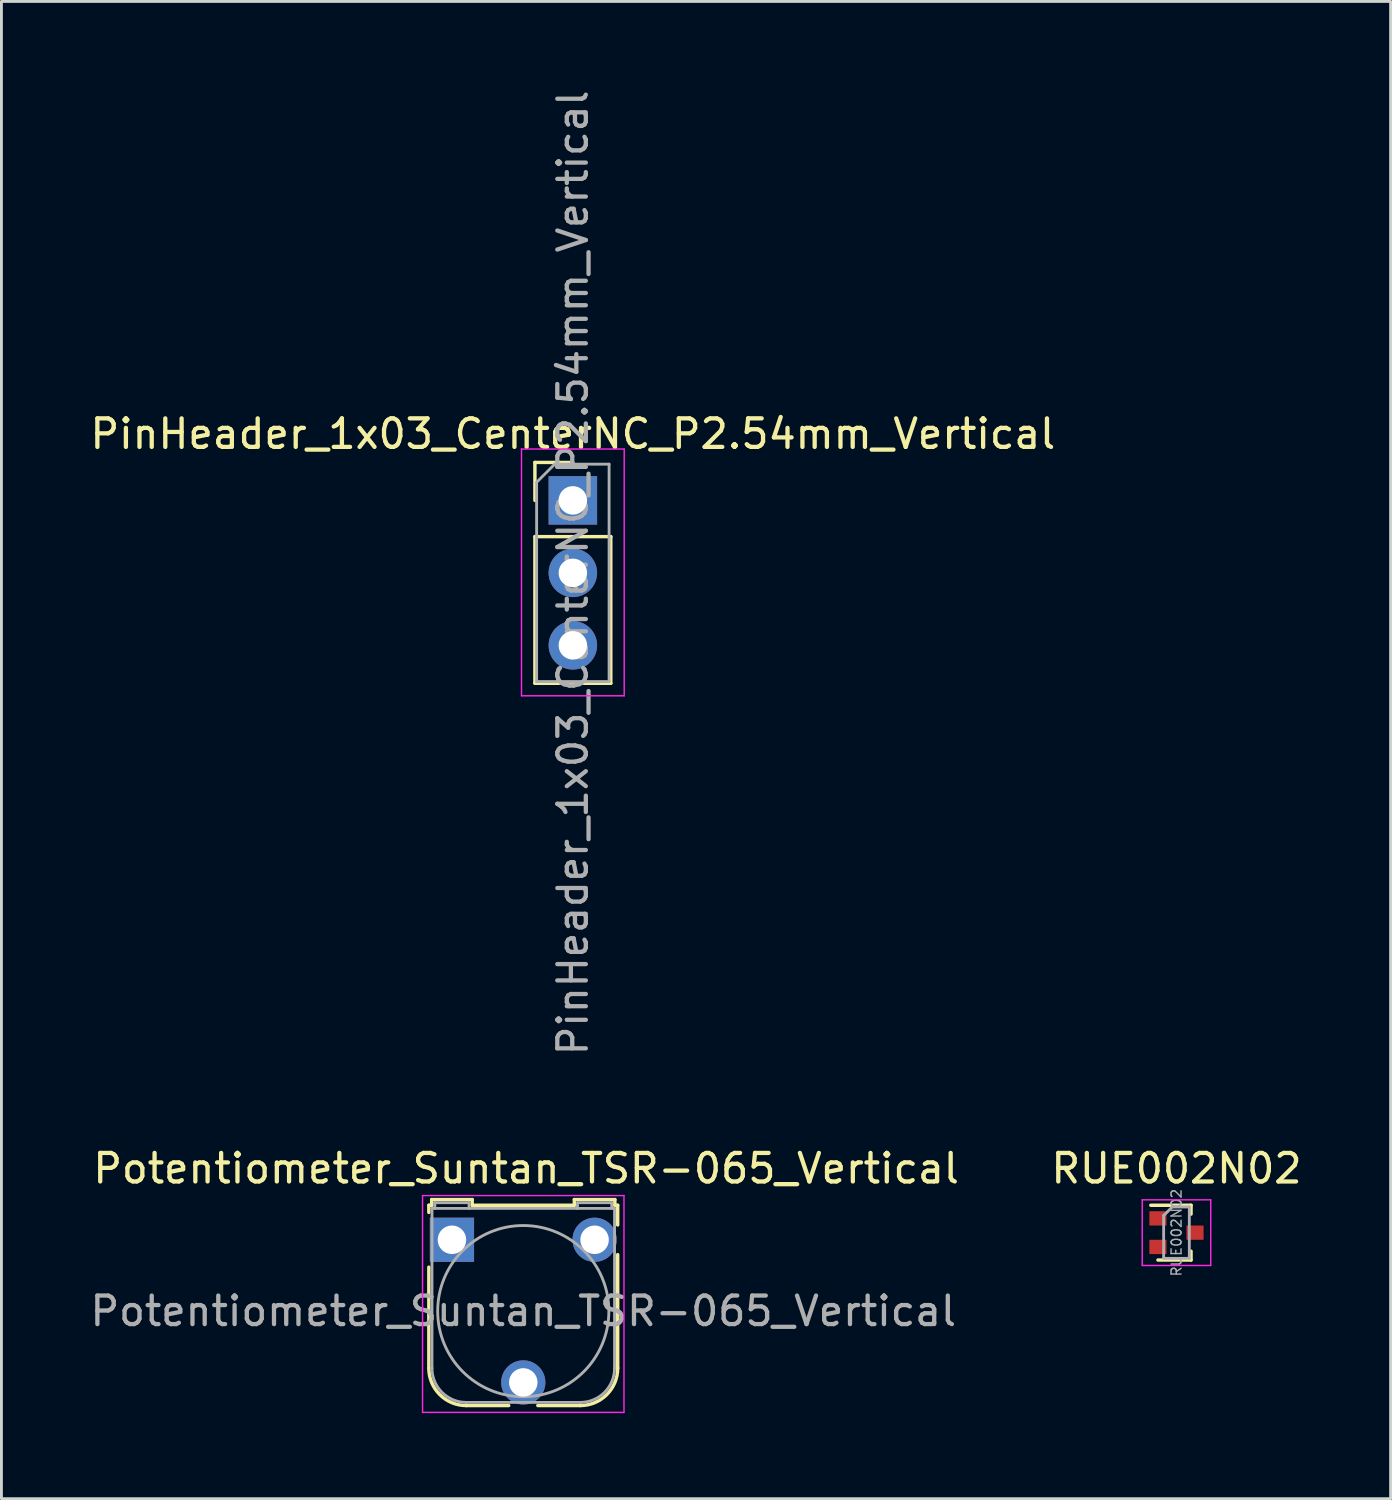
<source format=kicad_pcb>
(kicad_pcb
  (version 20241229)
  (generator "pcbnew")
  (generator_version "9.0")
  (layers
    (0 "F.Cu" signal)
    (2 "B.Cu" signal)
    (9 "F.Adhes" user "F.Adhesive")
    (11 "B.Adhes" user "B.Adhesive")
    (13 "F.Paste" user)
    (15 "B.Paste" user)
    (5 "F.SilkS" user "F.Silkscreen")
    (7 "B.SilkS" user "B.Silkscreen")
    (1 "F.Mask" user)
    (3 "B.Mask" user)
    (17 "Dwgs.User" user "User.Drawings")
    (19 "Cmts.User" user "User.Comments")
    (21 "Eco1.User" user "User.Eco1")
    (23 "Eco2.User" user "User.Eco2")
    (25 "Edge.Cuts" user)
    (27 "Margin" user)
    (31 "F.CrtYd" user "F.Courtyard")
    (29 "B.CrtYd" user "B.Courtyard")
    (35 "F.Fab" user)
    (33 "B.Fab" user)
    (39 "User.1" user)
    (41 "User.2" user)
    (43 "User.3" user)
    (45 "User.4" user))
  (footprint "RUE002N02"
    (layer "F.Cu")
    (at 38.189 40.158)
    (property "Reference" "RUE002N02" (at 0 -2.25 0) (layer "F.SilkS") (effects (font (size 1 1) (thickness 0.15))))
    (attr smd)
    (fp_line (start 0.51 -0.96) (end -0.9 -0.96) (stroke (width 0.12) (type solid)) (layer "F.SilkS"))
    (fp_line (start 0.51 -0.96) (end 0.51 -0.65) (stroke (width 0.12) (type solid)) (layer "F.SilkS"))
    (fp_line (start 0.51 0.96) (end -0.65 0.96) (stroke (width 0.12) (type solid)) (layer "F.SilkS"))
    (fp_line (start 0.51 0.96) (end 0.51 0.65) (stroke (width 0.12) (type solid)) (layer "F.SilkS"))
    (fp_line (start -1.2 -1.15) (end 1.2 -1.15) (stroke (width 0.05) (type solid)) (layer "F.CrtYd"))
    (fp_line (start -1.2 1.15) (end -1.2 -1.15) (stroke (width 0.05) (type solid)) (layer "F.CrtYd"))
    (fp_line (start 1.2 -1.15) (end 1.2 1.15) (stroke (width 0.05) (type solid)) (layer "F.CrtYd"))
    (fp_line (start 1.2 1.15) (end -1.2 1.15) (stroke (width 0.05) (type solid)) (layer "F.CrtYd"))
    (fp_line (start -0.45 -0.6) (end -0.45 0.9) (stroke (width 0.1) (type solid)) (layer "F.Fab"))
    (fp_line (start -0.45 0.9) (end 0.45 0.9) (stroke (width 0.1) (type solid)) (layer "F.Fab"))
    (fp_line (start -0.15 -0.9) (end -0.45 -0.6) (stroke (width 0.1) (type solid)) (layer "F.Fab"))
    (fp_line (start -0.15 -0.9) (end 0.45 -0.9) (stroke (width 0.1) (type solid)) (layer "F.Fab"))
    (fp_line (start 0.45 -0.9) (end 0.45 0.9) (stroke (width 0.1) (type solid)) (layer "F.Fab"))
    (fp_text user "${REFERENCE}" (at 0 0 90) (layer "F.Fab") (effects (font (size 0.35 0.35) (thickness 0.05))))
    (pad "1" smd rect (at -0.65 0.5) (size 0.6 0.5) (layers "F.Cu" "F.Mask" "F.Paste"))
    (pad "2" smd rect (at -0.65 -0.5) (size 0.6 0.5) (layers "F.Cu" "F.Mask" "F.Paste"))
    (pad "3" smd rect (at 0.65 0) (size 0.6 0.5) (layers "F.Cu" "F.Mask" "F.Paste")))
  (footprint "Potentiometer_Suntan_TSR-065_Vertical"
    (layer "F.Cu")
    (at 12.792 40.408)
    (property "Reference" "Potentiometer_Suntan_TSR-065_Vertical" (at 2.6 -2.5 0) (layer "F.SilkS") (effects (font (size 1 1) (thickness 0.15))))
    (attr through_hole)
    (fp_line (start -0.81 -1.21) (end -0.81 -0.96) (stroke (width 0.12) (type solid)) (layer "F.SilkS"))
    (fp_line (start -0.81 4.5) (end -0.81 0.96) (stroke (width 0.12) (type solid)) (layer "F.SilkS"))
    (fp_line (start -0.71 -1.41) (end -0.71 -1.21) (stroke (width 0.12) (type solid)) (layer "F.SilkS"))
    (fp_line (start -0.71 -1.41) (end 0.71 -1.41) (stroke (width 0.12) (type solid)) (layer "F.SilkS"))
    (fp_line (start -0.71 -1.21) (end -0.81 -1.21) (stroke (width 0.12) (type solid)) (layer "F.SilkS"))
    (fp_line (start 0.71 -1.21) (end 0.71 -1.41) (stroke (width 0.12) (type solid)) (layer "F.SilkS"))
    (fp_line (start 0.71 -1.21) (end 4.29 -1.21) (stroke (width 0.12) (type solid)) (layer "F.SilkS"))
    (fp_line (start 1.99 5.81) (end 0.5 5.81) (stroke (width 0.12) (type solid)) (layer "F.SilkS"))
    (fp_line (start 4.29 -1.41) (end 5.71 -1.41) (stroke (width 0.12) (type solid)) (layer "F.SilkS"))
    (fp_line (start 4.29 -1.21) (end 4.29 -1.41) (stroke (width 0.12) (type solid)) (layer "F.SilkS"))
    (fp_line (start 4.5 5.81) (end 3.01 5.81) (stroke (width 0.12) (type solid)) (layer "F.SilkS"))
    (fp_line (start 5.71 -1.41) (end 5.71 -1.21) (stroke (width 0.12) (type solid)) (layer "F.SilkS"))
    (fp_line (start 5.71 -1.21) (end 5.81 -1.21) (stroke (width 0.12) (type solid)) (layer "F.SilkS"))
    (fp_line (start 5.81 -1.21) (end 5.81 -0.52) (stroke (width 0.12) (type solid)) (layer "F.SilkS"))
    (fp_line (start 5.81 0.52) (end 5.81 4.5) (stroke (width 0.12) (type solid)) (layer "F.SilkS"))
    (fp_arc (start 0.5 5.81) (mid -0.42631 5.42631) (end -0.81 4.5) (stroke (width 0.12) (type solid)) (layer "F.SilkS"))
    (fp_arc (start 5.81 4.5) (mid 5.42631 5.42631) (end 4.5 5.81) (stroke (width 0.12) (type solid)) (layer "F.SilkS"))
    (fp_line (start -1.03 -1.55) (end -1.03 6.05) (stroke (width 0.05) (type solid)) (layer "F.CrtYd"))
    (fp_line (start -1.03 -1.55) (end 6.03 -1.55) (stroke (width 0.05) (type solid)) (layer "F.CrtYd"))
    (fp_line (start 6.03 6.05) (end -1.03 6.05) (stroke (width 0.05) (type solid)) (layer "F.CrtYd"))
    (fp_line (start 6.03 6.05) (end 6.03 -1.55) (stroke (width 0.05) (type solid)) (layer "F.CrtYd"))
    (fp_line (start -0.7 4.5) (end -0.7 -1.1) (stroke (width 0.1) (type solid)) (layer "F.Fab"))
    (fp_line (start -0.6 -1.3) (end 0.6 -1.3) (stroke (width 0.1) (type solid)) (layer "F.Fab"))
    (fp_line (start -0.6 -1.1) (end -0.6 -1.3) (stroke (width 0.1) (type solid)) (layer "F.Fab"))
    (fp_line (start 0.5 5.7) (end 4.5 5.7) (stroke (width 0.1) (type solid)) (layer "F.Fab"))
    (fp_line (start 0.6 -1.3) (end 0.6 -1.1) (stroke (width 0.1) (type solid)) (layer "F.Fab"))
    (fp_line (start 4.4 -1.3) (end 4.4 -1.1) (stroke (width 0.1) (type solid)) (layer "F.Fab"))
    (fp_line (start 5.6 -1.3) (end 4.41 -1.3) (stroke (width 0.1) (type solid)) (layer "F.Fab"))
    (fp_line (start 5.6 -1.1) (end 5.6 -1.3) (stroke (width 0.1) (type solid)) (layer "F.Fab"))
    (fp_line (start 5.7 -1.1) (end -0.7 -1.1) (stroke (width 0.1) (type solid)) (layer "F.Fab"))
    (fp_line (start 5.7 4.5) (end 5.7 -1.1) (stroke (width 0.1) (type solid)) (layer "F.Fab"))
    (fp_arc (start 0.5 5.7) (mid -0.348528 5.348528) (end -0.7 4.5) (stroke (width 0.1) (type solid)) (layer "F.Fab"))
    (fp_arc (start 5.7 4.5) (mid 5.348528 5.348528) (end 4.5 5.7) (stroke (width 0.1) (type solid)) (layer "F.Fab"))
    (fp_circle (center 2.5 2.5) (end 5.5 2.5) (stroke (width 0.1) (type solid)) (fill no) (layer "F.Fab"))
    (fp_text user "${REFERENCE}" (at 2.5 2.5 0) (layer "F.Fab") (effects (font (size 1 1) (thickness 0.15))))
    (pad "1" thru_hole rect (at 0 0) (size 1.55 1.55) (drill 1) (layers "*.Cu" "*.Mask"))
    (pad "2" thru_hole circle (at 2.5 5) (size 1.55 1.55) (drill 1) (layers "*.Cu" "*.Mask"))
    (pad "3" thru_hole circle (at 5 0) (size 1.55 1.55) (drill 1) (layers "*.Cu" "*.Mask")))
  (footprint "PinHeader_1x03_CenterNC_P2.54mm_Vertical"
    (layer "F.Cu")
    (at 17.03 14.49)
    (property "Reference" "PinHeader_1x03_CenterNC_P2.54mm_Vertical" (at 0 -2.33 0) (layer "F.SilkS") (effects (font (size 1 1) (thickness 0.15))))
    (attr through_hole)
    (fp_line (start -1.33 -1.33) (end 0 -1.33) (stroke (width 0.12) (type solid)) (layer "F.SilkS"))
    (fp_line (start -1.33 0) (end -1.33 -1.33) (stroke (width 0.12) (type solid)) (layer "F.SilkS"))
    (fp_line (start -1.33 1.27) (end -1.33 6.41) (stroke (width 0.12) (type solid)) (layer "F.SilkS"))
    (fp_line (start -1.33 1.27) (end 1.33 1.27) (stroke (width 0.12) (type solid)) (layer "F.SilkS"))
    (fp_line (start -1.33 6.41) (end 1.33 6.41) (stroke (width 0.12) (type solid)) (layer "F.SilkS"))
    (fp_line (start 1.33 1.27) (end 1.33 6.41) (stroke (width 0.12) (type solid)) (layer "F.SilkS"))
    (fp_line (start -1.8 -1.8) (end -1.8 6.85) (stroke (width 0.05) (type solid)) (layer "F.CrtYd"))
    (fp_line (start -1.8 6.85) (end 1.8 6.85) (stroke (width 0.05) (type solid)) (layer "F.CrtYd"))
    (fp_line (start 1.8 -1.8) (end -1.8 -1.8) (stroke (width 0.05) (type solid)) (layer "F.CrtYd"))
    (fp_line (start 1.8 6.85) (end 1.8 -1.8) (stroke (width 0.05) (type solid)) (layer "F.CrtYd"))
    (fp_line (start -1.27 -0.635) (end -0.635 -1.27) (stroke (width 0.1) (type solid)) (layer "F.Fab"))
    (fp_line (start -1.27 6.35) (end -1.27 -0.635) (stroke (width 0.1) (type solid)) (layer "F.Fab"))
    (fp_line (start -0.635 -1.27) (end 1.27 -1.27) (stroke (width 0.1) (type solid)) (layer "F.Fab"))
    (fp_line (start 1.27 -1.27) (end 1.27 6.35) (stroke (width 0.1) (type solid)) (layer "F.Fab"))
    (fp_line (start 1.27 6.35) (end -1.27 6.35) (stroke (width 0.1) (type solid)) (layer "F.Fab"))
    (fp_text user "${REFERENCE}" (at 0 2.54 90) (layer "F.Fab") (effects (font (size 1 1) (thickness 0.15))))
    (pad "" thru_hole oval (at 0 2.54) (size 1.7 1.7) (drill 1) (layers "*.Cu" "*.Mask"))
    (pad "1" thru_hole rect (at 0 0) (size 1.7 1.7) (drill 1) (layers "*.Cu" "*.Mask"))
    (pad "2" thru_hole oval (at 0 5.08) (size 1.7 1.7) (drill 1) (layers "*.Cu" "*.Mask")))
  (gr_rect
    (start -3 -3)
    (end 45.695 49.483)
    (stroke (width 0.1) (type default))
    (fill no)
    (layer "Edge.Cuts")))
</source>
